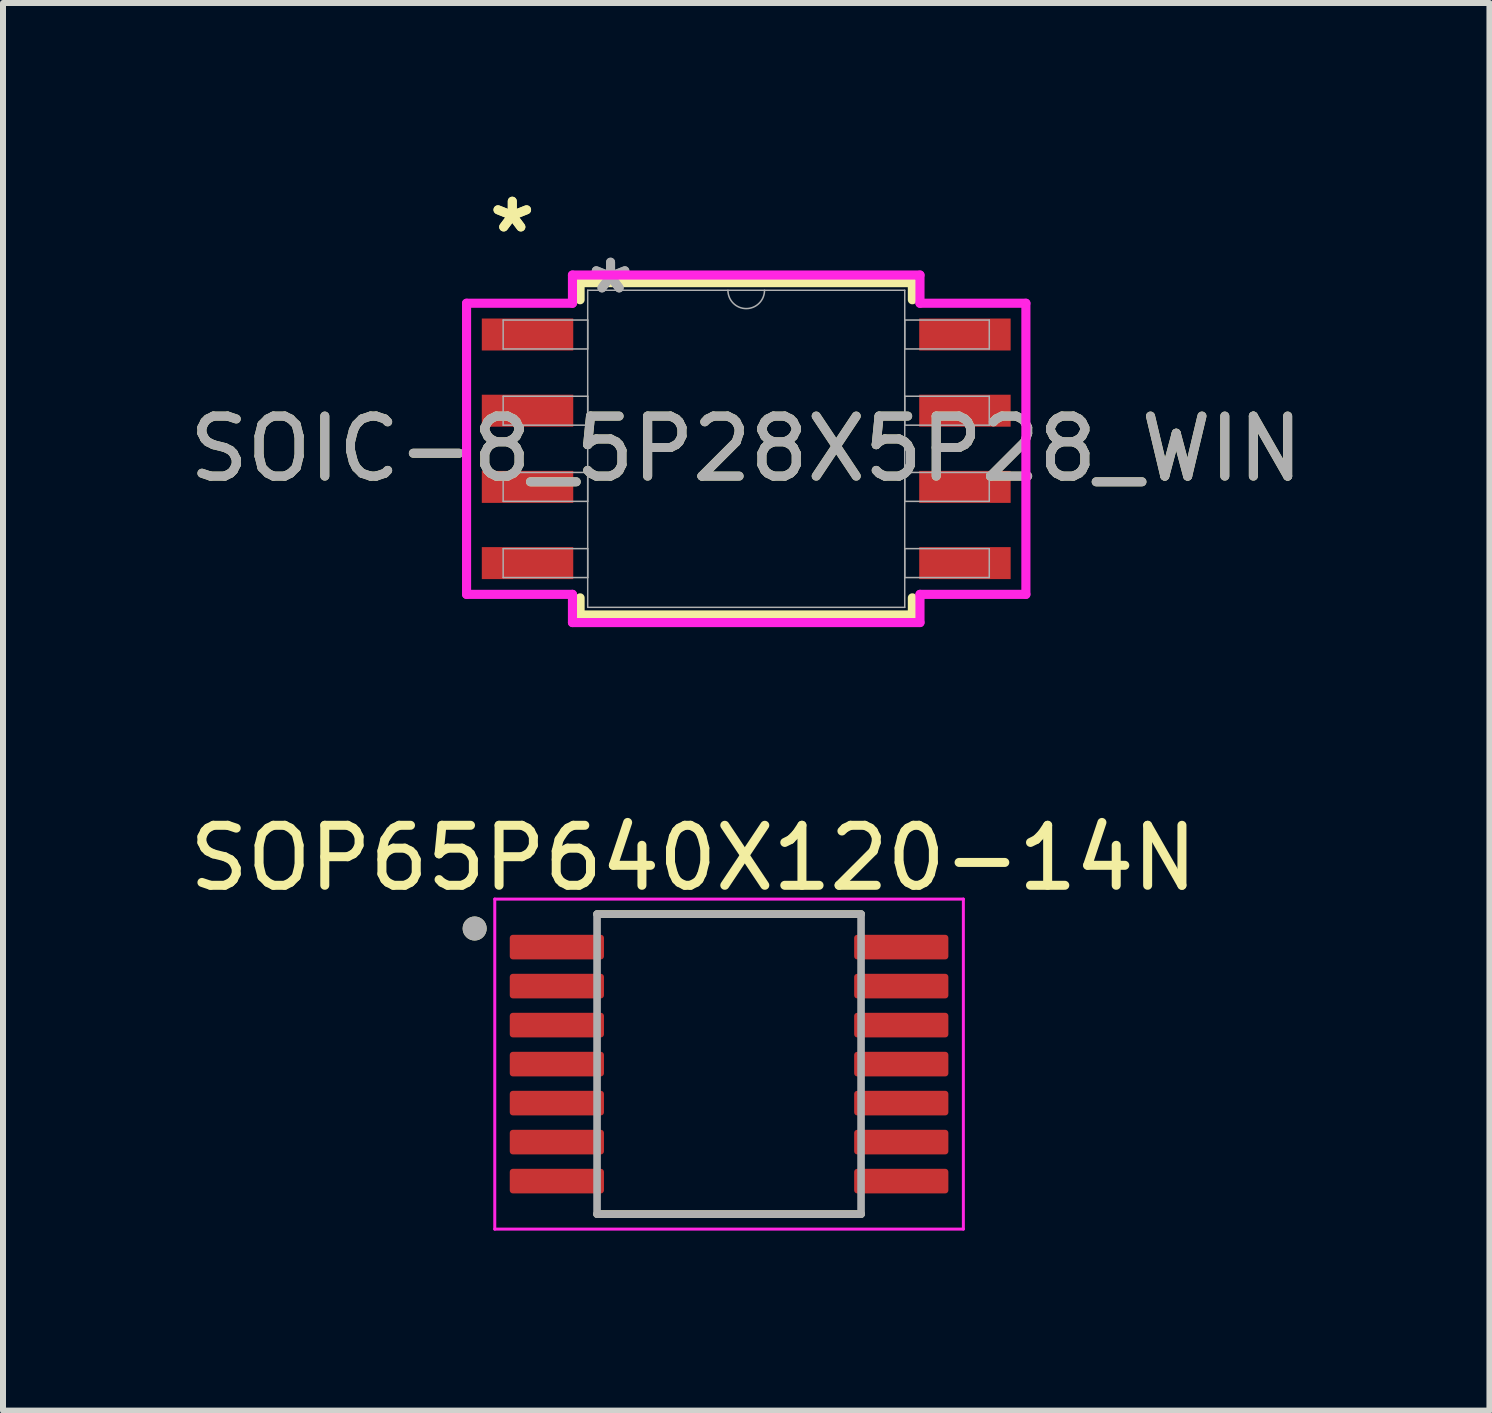
<source format=kicad_pcb>
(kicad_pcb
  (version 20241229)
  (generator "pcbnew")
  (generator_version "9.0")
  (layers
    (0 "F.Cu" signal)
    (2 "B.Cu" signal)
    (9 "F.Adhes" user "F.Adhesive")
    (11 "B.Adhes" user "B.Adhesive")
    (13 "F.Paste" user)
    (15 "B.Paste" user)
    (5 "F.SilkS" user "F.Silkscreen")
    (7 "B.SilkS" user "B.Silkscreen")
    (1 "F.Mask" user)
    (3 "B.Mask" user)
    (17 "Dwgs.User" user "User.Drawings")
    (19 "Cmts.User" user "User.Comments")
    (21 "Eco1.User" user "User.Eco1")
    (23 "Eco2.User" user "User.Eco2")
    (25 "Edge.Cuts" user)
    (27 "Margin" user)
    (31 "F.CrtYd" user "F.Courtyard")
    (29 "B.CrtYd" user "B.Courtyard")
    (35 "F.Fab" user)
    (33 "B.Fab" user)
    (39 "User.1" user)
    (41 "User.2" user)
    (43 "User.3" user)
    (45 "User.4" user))
  (footprint "SOIC-8_5P28X5P28_WIN"
    (layer "F.Cu")
    (at 9.387 4.43)
    (property "Reference" "SOIC-8_5P28X5P28_WIN" (at 0 0 0) (unlocked yes) (layer "F.SilkS") (effects (font (size 1 1) (thickness 0.15))))
    (attr smd)
    (fp_line (start -2.769 -2.769) (end -2.769 -2.484) (stroke (width 0.152) (type solid)) (layer "F.SilkS"))
    (fp_line (start -2.769 2.484) (end -2.769 2.769) (stroke (width 0.152) (type solid)) (layer "F.SilkS"))
    (fp_line (start -2.769 2.769) (end 2.769 2.769) (stroke (width 0.152) (type solid)) (layer "F.SilkS"))
    (fp_line (start 2.769 -2.769) (end -2.769 -2.769) (stroke (width 0.152) (type solid)) (layer "F.SilkS"))
    (fp_line (start 2.769 -2.484) (end 2.769 -2.769) (stroke (width 0.152) (type solid)) (layer "F.SilkS"))
    (fp_line (start 2.769 2.769) (end 2.769 2.484) (stroke (width 0.152) (type solid)) (layer "F.SilkS"))
    (fp_line (start -4.661 -2.426) (end -2.896 -2.426) (stroke (width 0.152) (type solid)) (layer "F.CrtYd"))
    (fp_line (start -4.661 2.426) (end -4.661 -2.426) (stroke (width 0.152) (type solid)) (layer "F.CrtYd"))
    (fp_line (start -4.661 2.426) (end -2.896 2.426) (stroke (width 0.152) (type solid)) (layer "F.CrtYd"))
    (fp_line (start -2.896 -2.896) (end 2.896 -2.896) (stroke (width 0.152) (type solid)) (layer "F.CrtYd"))
    (fp_line (start -2.896 -2.426) (end -2.896 -2.896) (stroke (width 0.152) (type solid)) (layer "F.CrtYd"))
    (fp_line (start -2.896 2.896) (end -2.896 2.426) (stroke (width 0.152) (type solid)) (layer "F.CrtYd"))
    (fp_line (start 2.896 -2.896) (end 2.896 -2.426) (stroke (width 0.152) (type solid)) (layer "F.CrtYd"))
    (fp_line (start 2.896 2.426) (end 2.896 2.896) (stroke (width 0.152) (type solid)) (layer "F.CrtYd"))
    (fp_line (start 2.896 2.896) (end -2.896 2.896) (stroke (width 0.152) (type solid)) (layer "F.CrtYd"))
    (fp_line (start 4.661 -2.426) (end 2.896 -2.426) (stroke (width 0.152) (type solid)) (layer "F.CrtYd"))
    (fp_line (start 4.661 -2.426) (end 4.661 2.426) (stroke (width 0.152) (type solid)) (layer "F.CrtYd"))
    (fp_line (start 4.661 2.426) (end 2.896 2.426) (stroke (width 0.152) (type solid)) (layer "F.CrtYd"))
    (fp_line (start -4.051 -2.146) (end -4.051 -1.664) (stroke (width 0.025) (type solid)) (layer "F.Fab"))
    (fp_line (start -4.051 -1.664) (end -2.642 -1.664) (stroke (width 0.025) (type solid)) (layer "F.Fab"))
    (fp_line (start -4.051 -0.876) (end -4.051 -0.394) (stroke (width 0.025) (type solid)) (layer "F.Fab"))
    (fp_line (start -4.051 -0.394) (end -2.642 -0.394) (stroke (width 0.025) (type solid)) (layer "F.Fab"))
    (fp_line (start -4.051 0.394) (end -4.051 0.876) (stroke (width 0.025) (type solid)) (layer "F.Fab"))
    (fp_line (start -4.051 0.876) (end -2.642 0.876) (stroke (width 0.025) (type solid)) (layer "F.Fab"))
    (fp_line (start -4.051 1.664) (end -4.051 2.146) (stroke (width 0.025) (type solid)) (layer "F.Fab"))
    (fp_line (start -4.051 2.146) (end -2.642 2.146) (stroke (width 0.025) (type solid)) (layer "F.Fab"))
    (fp_line (start -2.642 -2.642) (end -2.642 2.642) (stroke (width 0.025) (type solid)) (layer "F.Fab"))
    (fp_line (start -2.642 -2.146) (end -4.051 -2.146) (stroke (width 0.025) (type solid)) (layer "F.Fab"))
    (fp_line (start -2.642 -1.664) (end -2.642 -2.146) (stroke (width 0.025) (type solid)) (layer "F.Fab"))
    (fp_line (start -2.642 -0.876) (end -4.051 -0.876) (stroke (width 0.025) (type solid)) (layer "F.Fab"))
    (fp_line (start -2.642 -0.394) (end -2.642 -0.876) (stroke (width 0.025) (type solid)) (layer "F.Fab"))
    (fp_line (start -2.642 0.394) (end -4.051 0.394) (stroke (width 0.025) (type solid)) (layer "F.Fab"))
    (fp_line (start -2.642 0.876) (end -2.642 0.394) (stroke (width 0.025) (type solid)) (layer "F.Fab"))
    (fp_line (start -2.642 1.664) (end -4.051 1.664) (stroke (width 0.025) (type solid)) (layer "F.Fab"))
    (fp_line (start -2.642 2.146) (end -2.642 1.664) (stroke (width 0.025) (type solid)) (layer "F.Fab"))
    (fp_line (start -2.642 2.642) (end 2.642 2.642) (stroke (width 0.025) (type solid)) (layer "F.Fab"))
    (fp_line (start 2.642 -2.642) (end -2.642 -2.642) (stroke (width 0.025) (type solid)) (layer "F.Fab"))
    (fp_line (start 2.642 -2.146) (end 2.642 -1.664) (stroke (width 0.025) (type solid)) (layer "F.Fab"))
    (fp_line (start 2.642 -1.664) (end 4.051 -1.664) (stroke (width 0.025) (type solid)) (layer "F.Fab"))
    (fp_line (start 2.642 -0.876) (end 2.642 -0.394) (stroke (width 0.025) (type solid)) (layer "F.Fab"))
    (fp_line (start 2.642 -0.394) (end 4.051 -0.394) (stroke (width 0.025) (type solid)) (layer "F.Fab"))
    (fp_line (start 2.642 0.394) (end 2.642 0.876) (stroke (width 0.025) (type solid)) (layer "F.Fab"))
    (fp_line (start 2.642 0.876) (end 4.051 0.876) (stroke (width 0.025) (type solid)) (layer "F.Fab"))
    (fp_line (start 2.642 1.664) (end 2.642 2.146) (stroke (width 0.025) (type solid)) (layer "F.Fab"))
    (fp_line (start 2.642 2.146) (end 4.051 2.146) (stroke (width 0.025) (type solid)) (layer "F.Fab"))
    (fp_line (start 2.642 2.642) (end 2.642 -2.642) (stroke (width 0.025) (type solid)) (layer "F.Fab"))
    (fp_line (start 4.051 -2.146) (end 2.642 -2.146) (stroke (width 0.025) (type solid)) (layer "F.Fab"))
    (fp_line (start 4.051 -1.664) (end 4.051 -2.146) (stroke (width 0.025) (type solid)) (layer "F.Fab"))
    (fp_line (start 4.051 -0.876) (end 2.642 -0.876) (stroke (width 0.025) (type solid)) (layer "F.Fab"))
    (fp_line (start 4.051 -0.394) (end 4.051 -0.876) (stroke (width 0.025) (type solid)) (layer "F.Fab"))
    (fp_line (start 4.051 0.394) (end 2.642 0.394) (stroke (width 0.025) (type solid)) (layer "F.Fab"))
    (fp_line (start 4.051 0.876) (end 4.051 0.394) (stroke (width 0.025) (type solid)) (layer "F.Fab"))
    (fp_line (start 4.051 1.664) (end 2.642 1.664) (stroke (width 0.025) (type solid)) (layer "F.Fab"))
    (fp_line (start 4.051 2.146) (end 4.051 1.664) (stroke (width 0.025) (type solid)) (layer "F.Fab"))
    (fp_arc (start 0.3048 -2.6416) (mid 0 -2.3368) (end -0.3048 -2.6416) (stroke (width 0.0254) (type solid)) (layer "F.Fab"))
    (fp_text user "*" (at -3.899 -3.581 0) (unlocked yes) (layer "F.SilkS") (effects (font (size 1 1) (thickness 0.15))))
    (fp_text user "*" (at -3.899 -3.581 0) (layer "F.SilkS") (effects (font (size 1 1) (thickness 0.15))))
    (fp_text user "*" (at -2.261 -2.565 0) (layer "F.Fab") (effects (font (size 1 1) (thickness 0.15))))
    (fp_text user "*" (at -2.261 -2.565 0) (unlocked yes) (layer "F.Fab") (effects (font (size 1 1) (thickness 0.15))))
    (fp_text user "${REFERENCE}" (at 0 0 0) (unlocked yes) (layer "F.Fab") (effects (font (size 1 1) (thickness 0.15))))
    (pad "1" smd rect (at -3.645 -1.905) (size 1.524 0.533) (layers "F.Cu" "F.Mask" "F.Paste"))
    (pad "2" smd rect (at -3.645 -0.635) (size 1.524 0.533) (layers "F.Cu" "F.Mask" "F.Paste"))
    (pad "3" smd rect (at -3.645 0.635) (size 1.524 0.533) (layers "F.Cu" "F.Mask" "F.Paste"))
    (pad "4" smd rect (at -3.645 1.905) (size 1.524 0.533) (layers "F.Cu" "F.Mask" "F.Paste"))
    (pad "5" smd rect (at 3.645 1.905) (size 1.524 0.533) (layers "F.Cu" "F.Mask" "F.Paste"))
    (pad "6" smd rect (at 3.645 0.635) (size 1.524 0.533) (layers "F.Cu" "F.Mask" "F.Paste"))
    (pad "7" smd rect (at 3.645 -0.635) (size 1.524 0.533) (layers "F.Cu" "F.Mask" "F.Paste"))
    (pad "8" smd rect (at 3.645 -1.905) (size 1.524 0.533) (layers "F.Cu" "F.Mask" "F.Paste")))
  (footprint "SOP65P640X120-14N"
    (layer "F.Cu")
    (at 9.101 14.685)
    (property "Reference" "SOP65P640X120-14N" (at -0.595 -3.435 0) (layer "F.SilkS") (effects (font (size 1 1) (thickness 0.15))))
    (attr smd)
    (fp_line (start -2.2 -2.5) (end 2.2 -2.5) (stroke (width 0.127) (type solid)) (layer "F.SilkS"))
    (fp_line (start -2.2 2.5) (end 2.2 2.5) (stroke (width 0.127) (type solid)) (layer "F.SilkS"))
    (fp_circle (center -4.24 -2.26) (end -4.14 -2.26) (stroke (width 0.2) (type solid)) (fill no) (layer "F.SilkS"))
    (fp_line (start -3.905 -2.75) (end -3.905 2.75) (stroke (width 0.05) (type solid)) (layer "F.CrtYd"))
    (fp_line (start -3.905 -2.75) (end 3.905 -2.75) (stroke (width 0.05) (type solid)) (layer "F.CrtYd"))
    (fp_line (start -3.905 2.75) (end 3.905 2.75) (stroke (width 0.05) (type solid)) (layer "F.CrtYd"))
    (fp_line (start 3.905 -2.75) (end 3.905 2.75) (stroke (width 0.05) (type solid)) (layer "F.CrtYd"))
    (fp_line (start -2.2 -2.5) (end -2.2 2.5) (stroke (width 0.127) (type solid)) (layer "F.Fab"))
    (fp_line (start -2.2 -2.5) (end 2.2 -2.5) (stroke (width 0.127) (type solid)) (layer "F.Fab"))
    (fp_line (start -2.2 2.5) (end 2.2 2.5) (stroke (width 0.127) (type solid)) (layer "F.Fab"))
    (fp_line (start 2.2 -2.5) (end 2.2 2.5) (stroke (width 0.127) (type solid)) (layer "F.Fab"))
    (fp_circle (center -4.24 -2.26) (end -4.14 -2.26) (stroke (width 0.2) (type solid)) (fill no) (layer "F.Fab"))
    (pad "1" smd roundrect (at -2.87 -1.95) (size 1.57 0.41) (layers "F.Cu" "F.Mask" "F.Paste") (roundrect_rratio 0.125))
    (pad "2" smd roundrect (at -2.87 -1.3) (size 1.57 0.41) (layers "F.Cu" "F.Mask" "F.Paste") (roundrect_rratio 0.125))
    (pad "3" smd roundrect (at -2.87 -0.65) (size 1.57 0.41) (layers "F.Cu" "F.Mask" "F.Paste") (roundrect_rratio 0.125))
    (pad "4" smd roundrect (at -2.87 0) (size 1.57 0.41) (layers "F.Cu" "F.Mask" "F.Paste") (roundrect_rratio 0.125))
    (pad "5" smd roundrect (at -2.87 0.65) (size 1.57 0.41) (layers "F.Cu" "F.Mask" "F.Paste") (roundrect_rratio 0.125))
    (pad "6" smd roundrect (at -2.87 1.3) (size 1.57 0.41) (layers "F.Cu" "F.Mask" "F.Paste") (roundrect_rratio 0.125))
    (pad "7" smd roundrect (at -2.87 1.95) (size 1.57 0.41) (layers "F.Cu" "F.Mask" "F.Paste") (roundrect_rratio 0.125))
    (pad "8" smd roundrect (at 2.87 1.95) (size 1.57 0.41) (layers "F.Cu" "F.Mask" "F.Paste") (roundrect_rratio 0.125))
    (pad "9" smd roundrect (at 2.87 1.3) (size 1.57 0.41) (layers "F.Cu" "F.Mask" "F.Paste") (roundrect_rratio 0.125))
    (pad "10" smd roundrect (at 2.87 0.65) (size 1.57 0.41) (layers "F.Cu" "F.Mask" "F.Paste") (roundrect_rratio 0.125))
    (pad "11" smd roundrect (at 2.87 0) (size 1.57 0.41) (layers "F.Cu" "F.Mask" "F.Paste") (roundrect_rratio 0.125))
    (pad "12" smd roundrect (at 2.87 -0.65) (size 1.57 0.41) (layers "F.Cu" "F.Mask" "F.Paste") (roundrect_rratio 0.125))
    (pad "13" smd roundrect (at 2.87 -1.3) (size 1.57 0.41) (layers "F.Cu" "F.Mask" "F.Paste") (roundrect_rratio 0.125))
    (pad "14" smd roundrect (at 2.87 -1.95) (size 1.57 0.41) (layers "F.Cu" "F.Mask" "F.Paste") (roundrect_rratio 0.125)))
  (gr_rect
    (start -3 -3)
    (end 21.774 20.46)
    (stroke (width 0.1) (type default))
    (fill no)
    (layer "Edge.Cuts")))
</source>
